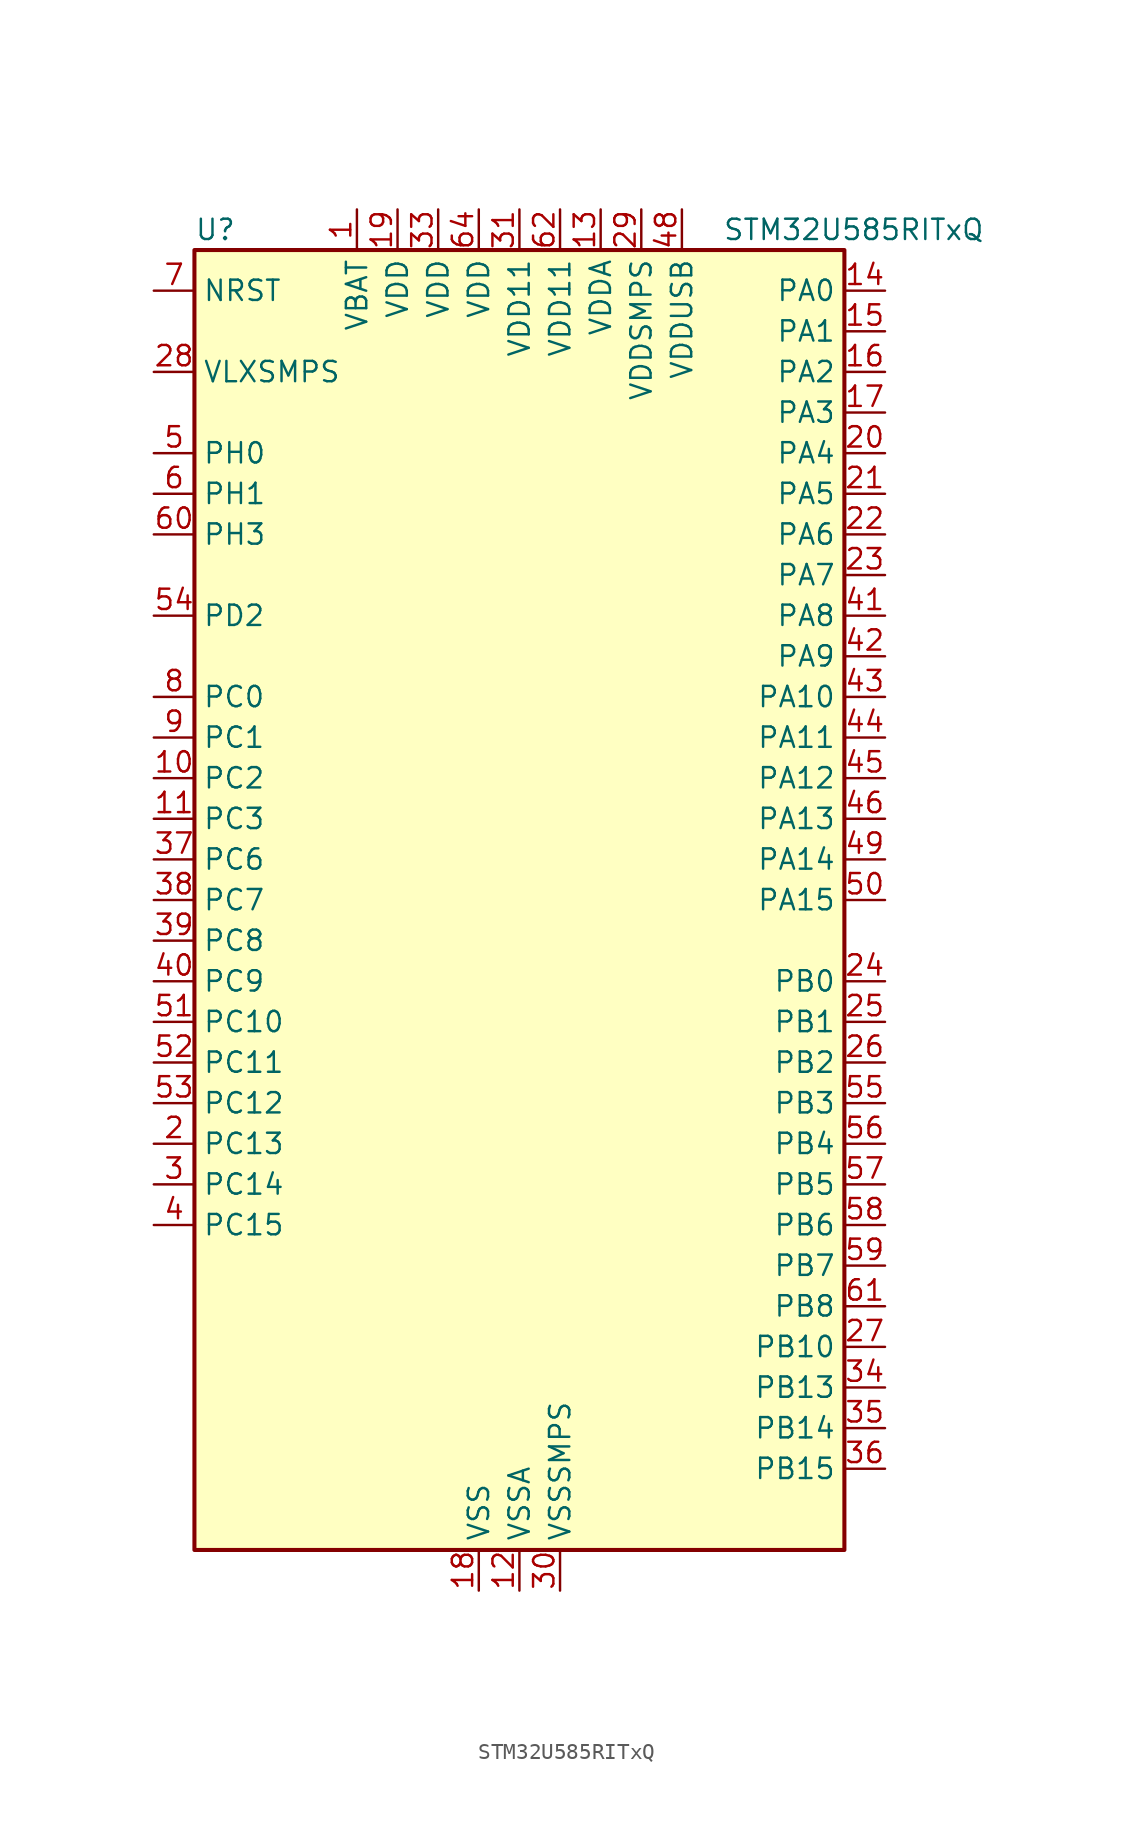
<source format=kicad_sym>
(kicad_symbol_lib
  (version 20211014)
  (generator kicad-library-utils)
  (symbol "STM32U585RITxQ"
    (property "Reference" "U"
      (at -20.32 41.91 0)
      (effects (font (size 1.27 1.27)) (justify left)))
    (property "Value" "STM32U585RITxQ"
      (at 12.7 41.91 0)
      (effects (font (size 1.27 1.27)) (justify left)))
    (property "ki_fp_filters" "LQFP*10x10mm*P0.5mm*"
      (at 0.0 0.0 0.0)
      (effects (font (size 1.27 1.27))))
    (symbol "STM32U585RITxQ_0_1"
      (rectangle (start -20.32 -40.64) (end 20.32 40.64) (stroke (width 0.254)) (fill (type background))))
    (symbol "STM32U585RITxQ_1_1"
      (pin input line (at -22.86 38.1 0) (length 2.54) (name "NRST" (effects (font (size 1.27 1.27)))) (number "7" (effects (font (size 1.27 1.27)))))
      (pin power_in line (at -22.86 33.02 0) (length 2.54) (name "VLXSMPS" (effects (font (size 1.27 1.27)))) (number "28" (effects (font (size 1.27 1.27)))))
      (pin bidirectional line (at -22.86 27.94 0) (length 2.54) (name "PH0" (effects (font (size 1.27 1.27)))) (number "5" (effects (font (size 1.27 1.27)))) (alternate "RCC_OSC_IN" bidirectional line))
      (pin bidirectional line (at -22.86 25.4 0) (length 2.54) (name "PH1" (effects (font (size 1.27 1.27)))) (number "6" (effects (font (size 1.27 1.27)))) (alternate "RCC_OSC_OUT" bidirectional line))
      (pin bidirectional line (at -22.86 22.86 0) (length 2.54) (name "PH3" (effects (font (size 1.27 1.27)))) (number "60" (effects (font (size 1.27 1.27)))))
      (pin bidirectional line (at -22.86 17.78 0) (length 2.54) (name "PD2" (effects (font (size 1.27 1.27)))) (number "54" (effects (font (size 1.27 1.27)))) (alternate "DEBUG_TRACED2" bidirectional line) (alternate "LPTIM4_ETR" bidirectional line) (alternate "SDMMC1_CMD" bidirectional line) (alternate "TIM3_ETR" bidirectional line) (alternate "TSC_SYNC" bidirectional line) (alternate "UART5_RX" bidirectional line) (alternate "USART3_DE" bidirectional line) (alternate "USART3_RTS" bidirectional line))
      (pin bidirectional line (at -22.86 12.7 0) (length 2.54) (name "PC0" (effects (font (size 1.27 1.27)))) (number "8" (effects (font (size 1.27 1.27)))) (alternate "ADC1_IN1" bidirectional line) (alternate "ADC4_IN1" bidirectional line) (alternate "I2C3_SCL" bidirectional line) (alternate "LPTIM1_IN1" bidirectional line) (alternate "LPTIM2_IN1" bidirectional line) (alternate "LPUART1_RX" bidirectional line) (alternate "MDF1_SDI4" bidirectional line) (alternate "OCTOSPIM_P1_IO7" bidirectional line) (alternate "SDMMC1_D5" bidirectional line) (alternate "SPI2_RDY" bidirectional line))
      (pin bidirectional line (at -22.86 10.16 0) (length 2.54) (name "PC1" (effects (font (size 1.27 1.27)))) (number "9" (effects (font (size 1.27 1.27)))) (alternate "ADC1_IN2" bidirectional line) (alternate "ADC4_IN2" bidirectional line) (alternate "DEBUG_TRACED0" bidirectional line) (alternate "I2C3_SDA" bidirectional line) (alternate "LPTIM1_CH1" bidirectional line) (alternate "LPUART1_TX" bidirectional line) (alternate "MDF1_CKI4" bidirectional line) (alternate "OCTOSPIM_P1_IO4" bidirectional line) (alternate "SAI1_SD_A" bidirectional line) (alternate "SDMMC2_CK" bidirectional line) (alternate "SPI2_MOSI" bidirectional line))
      (pin bidirectional line (at -22.86 7.62 0) (length 2.54) (name "PC2" (effects (font (size 1.27 1.27)))) (number "10" (effects (font (size 1.27 1.27)))) (alternate "ADC1_IN3" bidirectional line) (alternate "ADC4_IN3" bidirectional line) (alternate "LPTIM1_IN2" bidirectional line) (alternate "MDF1_CCK1" bidirectional line) (alternate "OCTOSPIM_P1_IO5" bidirectional line) (alternate "SPI2_MISO" bidirectional line))
      (pin bidirectional line (at -22.86 5.08 0) (length 2.54) (name "PC3" (effects (font (size 1.27 1.27)))) (number "11" (effects (font (size 1.27 1.27)))) (alternate "ADC1_IN4" bidirectional line) (alternate "ADC4_IN4" bidirectional line) (alternate "LPTIM1_ETR" bidirectional line) (alternate "LPTIM2_ETR" bidirectional line) (alternate "LPTIM3_CH1" bidirectional line) (alternate "OCTOSPIM_P1_IO6" bidirectional line) (alternate "SAI1_D1" bidirectional line) (alternate "SAI1_SD_A" bidirectional line) (alternate "SPI2_MOSI" bidirectional line))
      (pin bidirectional line (at -22.86 2.54 0) (length 2.54) (name "PC6" (effects (font (size 1.27 1.27)))) (number "37" (effects (font (size 1.27 1.27)))) (alternate "MDF1_CKI3" bidirectional line) (alternate "PWR_CSLEEP" bidirectional line) (alternate "SDMMC1_D0DIR" bidirectional line) (alternate "SDMMC1_D6" bidirectional line) (alternate "SDMMC2_D6" bidirectional line) (alternate "TIM3_CH1" bidirectional line) (alternate "TIM8_CH1" bidirectional line) (alternate "TSC_G4_IO1" bidirectional line))
      (pin bidirectional line (at -22.86 0.0 0) (length 2.54) (name "PC7" (effects (font (size 1.27 1.27)))) (number "38" (effects (font (size 1.27 1.27)))) (alternate "LPTIM2_CH2" bidirectional line) (alternate "MDF1_SDI3" bidirectional line) (alternate "PWR_CDSTOP" bidirectional line) (alternate "SDMMC1_D123DIR" bidirectional line) (alternate "SDMMC1_D7" bidirectional line) (alternate "SDMMC2_D7" bidirectional line) (alternate "TIM3_CH2" bidirectional line) (alternate "TIM8_CH2" bidirectional line) (alternate "TSC_G4_IO2" bidirectional line))
      (pin bidirectional line (at -22.86 -2.54 0) (length 2.54) (name "PC8" (effects (font (size 1.27 1.27)))) (number "39" (effects (font (size 1.27 1.27)))) (alternate "LPTIM3_CH1" bidirectional line) (alternate "PWR_SRDSTOP" bidirectional line) (alternate "SDMMC1_D0" bidirectional line) (alternate "TIM3_CH3" bidirectional line) (alternate "TIM8_CH3" bidirectional line) (alternate "TSC_G4_IO3" bidirectional line))
      (pin bidirectional line (at -22.86 -5.08 0) (length 2.54) (name "PC9" (effects (font (size 1.27 1.27)))) (number "40" (effects (font (size 1.27 1.27)))) (alternate "DAC1_EXTI9" bidirectional line) (alternate "DEBUG_TRACED0" bidirectional line) (alternate "LPTIM3_CH2" bidirectional line) (alternate "SDMMC1_D1" bidirectional line) (alternate "TIM3_CH4" bidirectional line) (alternate "TIM8_BKIN2" bidirectional line) (alternate "TIM8_CH4" bidirectional line) (alternate "TSC_G4_IO4" bidirectional line) (alternate "USB_OTG_FS_NOE" bidirectional line))
      (pin bidirectional line (at -22.86 -7.62 0) (length 2.54) (name "PC10" (effects (font (size 1.27 1.27)))) (number "51" (effects (font (size 1.27 1.27)))) (alternate "ADF1_CCK1" bidirectional line) (alternate "DEBUG_TRACED1" bidirectional line) (alternate "LPTIM3_ETR" bidirectional line) (alternate "SDMMC1_D2" bidirectional line) (alternate "SPI3_SCK" bidirectional line) (alternate "TSC_G3_IO2" bidirectional line) (alternate "UART4_TX" bidirectional line) (alternate "USART3_TX" bidirectional line))
      (pin bidirectional line (at -22.86 -10.16 0) (length 2.54) (name "PC11" (effects (font (size 1.27 1.27)))) (number "52" (effects (font (size 1.27 1.27)))) (alternate "ADC1_EXTI11" bidirectional line) (alternate "ADF1_SDI0" bidirectional line) (alternate "LPTIM3_IN1" bidirectional line) (alternate "OCTOSPIM_P1_NCS" bidirectional line) (alternate "SDMMC1_D3" bidirectional line) (alternate "SPI3_MISO" bidirectional line) (alternate "TSC_G3_IO3" bidirectional line) (alternate "UART4_RX" bidirectional line) (alternate "UCPD1_FRSTX2" bidirectional line) (alternate "USART3_RX" bidirectional line))
      (pin bidirectional line (at -22.86 -12.7 0) (length 2.54) (name "PC12" (effects (font (size 1.27 1.27)))) (number "53" (effects (font (size 1.27 1.27)))) (alternate "DEBUG_TRACED3" bidirectional line) (alternate "SDMMC1_CK" bidirectional line) (alternate "SPI3_MOSI" bidirectional line) (alternate "TSC_G3_IO4" bidirectional line) (alternate "UART5_TX" bidirectional line) (alternate "USART3_CK" bidirectional line))
      (pin bidirectional line (at -22.86 -15.24 0) (length 2.54) (name "PC13" (effects (font (size 1.27 1.27)))) (number "2" (effects (font (size 1.27 1.27)))) (alternate "PWR_WKUP2" bidirectional line) (alternate "RTC_OUT1" bidirectional line) (alternate "RTC_TS" bidirectional line) (alternate "TAMP_IN1" bidirectional line) (alternate "TAMP_OUT2" bidirectional line))
      (pin bidirectional line (at -22.86 -17.78 0) (length 2.54) (name "PC14" (effects (font (size 1.27 1.27)))) (number "3" (effects (font (size 1.27 1.27)))) (alternate "RCC_OSC32_IN" bidirectional line))
      (pin bidirectional line (at -22.86 -20.32 0) (length 2.54) (name "PC15" (effects (font (size 1.27 1.27)))) (number "4" (effects (font (size 1.27 1.27)))) (alternate "ADC1_EXTI15" bidirectional line) (alternate "ADC4_EXTI15" bidirectional line) (alternate "RCC_OSC32_OUT" bidirectional line))
      (pin bidirectional line (at 22.86 38.1 180) (length 2.54) (name "PA0" (effects (font (size 1.27 1.27)))) (number "14" (effects (font (size 1.27 1.27)))) (alternate "ADC1_IN5" bidirectional line) (alternate "AUDIOCLK" bidirectional line) (alternate "OCTOSPIM_P2_NCS" bidirectional line) (alternate "OPAMP1_VINP" bidirectional line) (alternate "PWR_WKUP1" bidirectional line) (alternate "SDMMC2_CMD" bidirectional line) (alternate "SPI3_RDY" bidirectional line) (alternate "TAMP_IN2" bidirectional line) (alternate "TAMP_OUT1" bidirectional line) (alternate "TIM2_CH1" bidirectional line) (alternate "TIM2_ETR" bidirectional line) (alternate "TIM5_CH1" bidirectional line) (alternate "TIM8_ETR" bidirectional line) (alternate "UART4_TX" bidirectional line) (alternate "USART2_CTS" bidirectional line))
      (pin bidirectional line (at 22.86 35.56 180) (length 2.54) (name "PA1" (effects (font (size 1.27 1.27)))) (number "15" (effects (font (size 1.27 1.27)))) (alternate "ADC1_IN6" bidirectional line) (alternate "I2C1_SMBA" bidirectional line) (alternate "LPTIM1_CH2" bidirectional line) (alternate "OCTOSPIM_P1_DQS" bidirectional line) (alternate "OPAMP1_VINM" bidirectional line) (alternate "PWR_WKUP3" bidirectional line) (alternate "SPI1_SCK" bidirectional line) (alternate "TAMP_IN5" bidirectional line) (alternate "TAMP_OUT4" bidirectional line) (alternate "TIM15_CH1N" bidirectional line) (alternate "TIM2_CH2" bidirectional line) (alternate "TIM5_CH2" bidirectional line) (alternate "UART4_RX" bidirectional line) (alternate "USART2_DE" bidirectional line) (alternate "USART2_RTS" bidirectional line))
      (pin bidirectional line (at 22.86 33.02 180) (length 2.54) (name "PA2" (effects (font (size 1.27 1.27)))) (number "16" (effects (font (size 1.27 1.27)))) (alternate "ADC1_IN7" bidirectional line) (alternate "COMP1_INP" bidirectional line) (alternate "LPUART1_TX" bidirectional line) (alternate "OCTOSPIM_P1_NCS" bidirectional line) (alternate "PWR_WKUP4" bidirectional line) (alternate "RCC_LSCO" bidirectional line) (alternate "SPI1_RDY" bidirectional line) (alternate "TIM15_CH1" bidirectional line) (alternate "TIM2_CH3" bidirectional line) (alternate "TIM5_CH3" bidirectional line) (alternate "UCPD1_FRSTX1" bidirectional line) (alternate "USART2_TX" bidirectional line))
      (pin bidirectional line (at 22.86 30.48 180) (length 2.54) (name "PA3" (effects (font (size 1.27 1.27)))) (number "17" (effects (font (size 1.27 1.27)))) (alternate "ADC1_IN8" bidirectional line) (alternate "LPUART1_RX" bidirectional line) (alternate "OCTOSPIM_P1_CLK" bidirectional line) (alternate "OPAMP1_VOUT" bidirectional line) (alternate "PWR_WKUP5" bidirectional line) (alternate "SAI1_CK1" bidirectional line) (alternate "SAI1_MCLK_A" bidirectional line) (alternate "TIM15_CH2" bidirectional line) (alternate "TIM2_CH4" bidirectional line) (alternate "TIM5_CH4" bidirectional line) (alternate "USART2_RX" bidirectional line))
      (pin bidirectional line (at 22.86 27.94 180) (length 2.54) (name "PA4" (effects (font (size 1.27 1.27)))) (number "20" (effects (font (size 1.27 1.27)))) (alternate "ADC1_IN9" bidirectional line) (alternate "ADC4_IN9" bidirectional line) (alternate "DAC1_OUT1" bidirectional line) (alternate "LPTIM2_CH1" bidirectional line) (alternate "OCTOSPIM_P1_NCS" bidirectional line) (alternate "PWR_WKUP2" bidirectional line) (alternate "SAI1_FS_B" bidirectional line) (alternate "SPI1_NSS" bidirectional line) (alternate "SPI3_NSS" bidirectional line) (alternate "USART2_CK" bidirectional line))
      (pin bidirectional line (at 22.86 25.4 180) (length 2.54) (name "PA5" (effects (font (size 1.27 1.27)))) (number "21" (effects (font (size 1.27 1.27)))) (alternate "ADC1_IN10" bidirectional line) (alternate "ADC4_IN10" bidirectional line) (alternate "DAC1_OUT2" bidirectional line) (alternate "LPTIM2_ETR" bidirectional line) (alternate "PWR_CSLEEP" bidirectional line) (alternate "PWR_WKUP6" bidirectional line) (alternate "SPI1_SCK" bidirectional line) (alternate "TIM2_CH1" bidirectional line) (alternate "TIM2_ETR" bidirectional line) (alternate "TIM8_CH1N" bidirectional line) (alternate "USART3_RX" bidirectional line))
      (pin bidirectional line (at 22.86 22.86 180) (length 2.54) (name "PA6" (effects (font (size 1.27 1.27)))) (number "22" (effects (font (size 1.27 1.27)))) (alternate "ADC1_IN11" bidirectional line) (alternate "ADC4_IN11" bidirectional line) (alternate "LPUART1_CTS" bidirectional line) (alternate "OCTOSPIM_P1_IO3" bidirectional line) (alternate "OPAMP2_VINP" bidirectional line) (alternate "PWR_CDSTOP" bidirectional line) (alternate "PWR_WKUP7" bidirectional line) (alternate "SPI1_MISO" bidirectional line) (alternate "TIM16_CH1" bidirectional line) (alternate "TIM1_BKIN" bidirectional line) (alternate "TIM3_CH1" bidirectional line) (alternate "TIM8_BKIN" bidirectional line) (alternate "USART3_CTS" bidirectional line))
      (pin bidirectional line (at 22.86 20.32 180) (length 2.54) (name "PA7" (effects (font (size 1.27 1.27)))) (number "23" (effects (font (size 1.27 1.27)))) (alternate "ADC1_IN12" bidirectional line) (alternate "ADC4_IN20" bidirectional line) (alternate "I2C3_SCL" bidirectional line) (alternate "LPTIM2_CH2" bidirectional line) (alternate "OCTOSPIM_P1_IO2" bidirectional line) (alternate "OPAMP2_VINM" bidirectional line) (alternate "PWR_SRDSTOP" bidirectional line) (alternate "PWR_WKUP8" bidirectional line) (alternate "SPI1_MOSI" bidirectional line) (alternate "TIM17_CH1" bidirectional line) (alternate "TIM1_CH1N" bidirectional line) (alternate "TIM3_CH2" bidirectional line) (alternate "TIM8_CH1N" bidirectional line) (alternate "USART3_TX" bidirectional line))
      (pin bidirectional line (at 22.86 17.78 180) (length 2.54) (name "PA8" (effects (font (size 1.27 1.27)))) (number "41" (effects (font (size 1.27 1.27)))) (alternate "DEBUG_TRACECLK" bidirectional line) (alternate "LPTIM2_CH1" bidirectional line) (alternate "RCC_MCO" bidirectional line) (alternate "SAI1_CK2" bidirectional line) (alternate "SAI1_SCK_A" bidirectional line) (alternate "SPI1_RDY" bidirectional line) (alternate "TIM1_CH1" bidirectional line) (alternate "USART1_CK" bidirectional line) (alternate "USB_OTG_FS_SOF" bidirectional line))
      (pin bidirectional line (at 22.86 15.24 180) (length 2.54) (name "PA9" (effects (font (size 1.27 1.27)))) (number "42" (effects (font (size 1.27 1.27)))) (alternate "DAC1_EXTI9" bidirectional line) (alternate "SAI1_FS_A" bidirectional line) (alternate "SPI2_SCK" bidirectional line) (alternate "TIM15_BKIN" bidirectional line) (alternate "TIM1_CH2" bidirectional line) (alternate "USART1_TX" bidirectional line) (alternate "USB_OTG_FS_VBUS" bidirectional line))
      (pin bidirectional line (at 22.86 12.7 180) (length 2.54) (name "PA10" (effects (font (size 1.27 1.27)))) (number "43" (effects (font (size 1.27 1.27)))) (alternate "CRS_SYNC" bidirectional line) (alternate "LPTIM2_IN2" bidirectional line) (alternate "SAI1_D1" bidirectional line) (alternate "SAI1_SD_A" bidirectional line) (alternate "TIM17_BKIN" bidirectional line) (alternate "TIM1_CH3" bidirectional line) (alternate "USART1_RX" bidirectional line) (alternate "USB_OTG_FS_ID" bidirectional line))
      (pin bidirectional line (at 22.86 10.16 180) (length 2.54) (name "PA11" (effects (font (size 1.27 1.27)))) (number "44" (effects (font (size 1.27 1.27)))) (alternate "ADC1_EXTI11" bidirectional line) (alternate "FDCAN1_RX" bidirectional line) (alternate "SPI1_MISO" bidirectional line) (alternate "TIM1_BKIN2" bidirectional line) (alternate "TIM1_CH4" bidirectional line) (alternate "USART1_CTS" bidirectional line) (alternate "USB_OTG_FS_DM" bidirectional line))
      (pin bidirectional line (at 22.86 7.62 180) (length 2.54) (name "PA12" (effects (font (size 1.27 1.27)))) (number "45" (effects (font (size 1.27 1.27)))) (alternate "FDCAN1_TX" bidirectional line) (alternate "OCTOSPIM_P2_NCS" bidirectional line) (alternate "SPI1_MOSI" bidirectional line) (alternate "TIM1_ETR" bidirectional line) (alternate "USART1_DE" bidirectional line) (alternate "USART1_RTS" bidirectional line) (alternate "USB_OTG_FS_DP" bidirectional line))
      (pin bidirectional line (at 22.86 5.08 180) (length 2.54) (name "PA13" (effects (font (size 1.27 1.27)))) (number "46" (effects (font (size 1.27 1.27)))) (alternate "DEBUG_JTMS-SWDIO" bidirectional line) (alternate "IR_OUT" bidirectional line) (alternate "SAI1_SD_B" bidirectional line) (alternate "USB_OTG_FS_NOE" bidirectional line))
      (pin bidirectional line (at 22.86 2.54 180) (length 2.54) (name "PA14" (effects (font (size 1.27 1.27)))) (number "49" (effects (font (size 1.27 1.27)))) (alternate "DEBUG_JTCK-SWCLK" bidirectional line) (alternate "I2C1_SMBA" bidirectional line) (alternate "I2C4_SMBA" bidirectional line) (alternate "LPTIM1_CH1" bidirectional line) (alternate "SAI1_FS_B" bidirectional line) (alternate "USB_OTG_FS_SOF" bidirectional line))
      (pin bidirectional line (at 22.86 0.0 180) (length 2.54) (name "PA15" (effects (font (size 1.27 1.27)))) (number "50" (effects (font (size 1.27 1.27)))) (alternate "ADC1_EXTI15" bidirectional line) (alternate "ADC4_EXTI15" bidirectional line) (alternate "DEBUG_JTDI" bidirectional line) (alternate "SPI1_NSS" bidirectional line) (alternate "SPI3_NSS" bidirectional line) (alternate "TIM2_CH1" bidirectional line) (alternate "TIM2_ETR" bidirectional line) (alternate "UART4_DE" bidirectional line) (alternate "UART4_RTS" bidirectional line) (alternate "UCPD1_CC1" bidirectional line) (alternate "USART2_RX" bidirectional line) (alternate "USART3_DE" bidirectional line) (alternate "USART3_RTS" bidirectional line))
      (pin bidirectional line (at 22.86 -5.08 180) (length 2.54) (name "PB0" (effects (font (size 1.27 1.27)))) (number "24" (effects (font (size 1.27 1.27)))) (alternate "ADC1_IN15" bidirectional line) (alternate "ADC4_IN18" bidirectional line) (alternate "AUDIOCLK" bidirectional line) (alternate "COMP1_OUT" bidirectional line) (alternate "LPTIM3_CH1" bidirectional line) (alternate "OCTOSPIM_P1_IO1" bidirectional line) (alternate "OPAMP2_VOUT" bidirectional line) (alternate "SPI1_NSS" bidirectional line) (alternate "TIM1_CH2N" bidirectional line) (alternate "TIM3_CH3" bidirectional line) (alternate "TIM8_CH2N" bidirectional line) (alternate "USART3_CK" bidirectional line))
      (pin bidirectional line (at 22.86 -7.62 180) (length 2.54) (name "PB1" (effects (font (size 1.27 1.27)))) (number "25" (effects (font (size 1.27 1.27)))) (alternate "ADC1_IN16" bidirectional line) (alternate "ADC4_IN19" bidirectional line) (alternate "COMP1_INM" bidirectional line) (alternate "LPTIM2_IN1" bidirectional line) (alternate "LPTIM3_CH2" bidirectional line) (alternate "LPUART1_DE" bidirectional line) (alternate "LPUART1_RTS" bidirectional line) (alternate "MDF1_SDI0" bidirectional line) (alternate "OCTOSPIM_P1_IO0" bidirectional line) (alternate "PWR_WKUP4" bidirectional line) (alternate "TIM1_CH3N" bidirectional line) (alternate "TIM3_CH4" bidirectional line) (alternate "TIM8_CH3N" bidirectional line) (alternate "USART3_DE" bidirectional line) (alternate "USART3_RTS" bidirectional line))
      (pin bidirectional line (at 22.86 -10.16 180) (length 2.54) (name "PB2" (effects (font (size 1.27 1.27)))) (number "26" (effects (font (size 1.27 1.27)))) (alternate "ADC1_IN17" bidirectional line) (alternate "COMP1_INP" bidirectional line) (alternate "I2C3_SMBA" bidirectional line) (alternate "LPTIM1_CH1" bidirectional line) (alternate "MDF1_CKI0" bidirectional line) (alternate "OCTOSPIM_P1_DQS" bidirectional line) (alternate "PWR_WKUP1" bidirectional line) (alternate "RTC_OUT2" bidirectional line) (alternate "SPI1_RDY" bidirectional line) (alternate "TIM8_CH4N" bidirectional line) (alternate "UCPD1_FRSTX1" bidirectional line))
      (pin bidirectional line (at 22.86 -12.7 180) (length 2.54) (name "PB3" (effects (font (size 1.27 1.27)))) (number "55" (effects (font (size 1.27 1.27)))) (alternate "ADF1_CCK0" bidirectional line) (alternate "COMP2_INM" bidirectional line) (alternate "CRS_SYNC" bidirectional line) (alternate "DEBUG_JTDO-SWO" bidirectional line) (alternate "I2C1_SDA" bidirectional line) (alternate "LPTIM1_CH1" bidirectional line) (alternate "SAI1_SCK_B" bidirectional line) (alternate "SDMMC2_D2" bidirectional line) (alternate "SPI1_SCK" bidirectional line) (alternate "SPI3_SCK" bidirectional line) (alternate "TIM2_CH2" bidirectional line) (alternate "USART1_DE" bidirectional line) (alternate "USART1_RTS" bidirectional line))
      (pin bidirectional line (at 22.86 -15.24 180) (length 2.54) (name "PB4" (effects (font (size 1.27 1.27)))) (number "56" (effects (font (size 1.27 1.27)))) (alternate "ADF1_SDI0" bidirectional line) (alternate "COMP2_INP" bidirectional line) (alternate "DEBUG_JTRST" bidirectional line) (alternate "I2C3_SDA" bidirectional line) (alternate "LPTIM1_CH2" bidirectional line) (alternate "SAI1_MCLK_B" bidirectional line) (alternate "SDMMC2_D3" bidirectional line) (alternate "SPI1_MISO" bidirectional line) (alternate "SPI3_MISO" bidirectional line) (alternate "TIM17_BKIN" bidirectional line) (alternate "TIM3_CH1" bidirectional line) (alternate "TSC_G2_IO1" bidirectional line) (alternate "UART5_DE" bidirectional line) (alternate "UART5_RTS" bidirectional line) (alternate "USART1_CTS" bidirectional line))
      (pin bidirectional line (at 22.86 -17.78 180) (length 2.54) (name "PB5" (effects (font (size 1.27 1.27)))) (number "57" (effects (font (size 1.27 1.27)))) (alternate "COMP2_OUT" bidirectional line) (alternate "I2C1_SMBA" bidirectional line) (alternate "LPTIM1_IN1" bidirectional line) (alternate "OCTOSPIM_P1_NCLK" bidirectional line) (alternate "PWR_WKUP6" bidirectional line) (alternate "SAI1_SD_B" bidirectional line) (alternate "SPI1_MOSI" bidirectional line) (alternate "SPI3_MOSI" bidirectional line) (alternate "TIM16_BKIN" bidirectional line) (alternate "TIM3_CH2" bidirectional line) (alternate "TSC_G2_IO2" bidirectional line) (alternate "UART5_CTS" bidirectional line) (alternate "UCPD1_DBCC1" bidirectional line) (alternate "USART1_CK" bidirectional line))
      (pin bidirectional line (at 22.86 -20.32 180) (length 2.54) (name "PB6" (effects (font (size 1.27 1.27)))) (number "58" (effects (font (size 1.27 1.27)))) (alternate "COMP2_INP" bidirectional line) (alternate "I2C1_SCL" bidirectional line) (alternate "I2C4_SCL" bidirectional line) (alternate "LPTIM1_ETR" bidirectional line) (alternate "MDF1_SDI5" bidirectional line) (alternate "PWR_WKUP3" bidirectional line) (alternate "SAI1_FS_B" bidirectional line) (alternate "TIM16_CH1N" bidirectional line) (alternate "TIM4_CH1" bidirectional line) (alternate "TIM8_BKIN2" bidirectional line) (alternate "TSC_G2_IO3" bidirectional line) (alternate "USART1_TX" bidirectional line))
      (pin bidirectional line (at 22.86 -22.86 180) (length 2.54) (name "PB7" (effects (font (size 1.27 1.27)))) (number "59" (effects (font (size 1.27 1.27)))) (alternate "COMP2_INM" bidirectional line) (alternate "I2C1_SDA" bidirectional line) (alternate "I2C4_SDA" bidirectional line) (alternate "LPTIM1_IN2" bidirectional line) (alternate "MDF1_CKI5" bidirectional line) (alternate "PWR_PVD_IN" bidirectional line) (alternate "PWR_WKUP4" bidirectional line) (alternate "TIM17_CH1N" bidirectional line) (alternate "TIM4_CH2" bidirectional line) (alternate "TIM8_BKIN" bidirectional line) (alternate "TSC_G2_IO4" bidirectional line) (alternate "UART4_CTS" bidirectional line) (alternate "USART1_RX" bidirectional line))
      (pin bidirectional line (at 22.86 -25.4 180) (length 2.54) (name "PB8" (effects (font (size 1.27 1.27)))) (number "61" (effects (font (size 1.27 1.27)))) (alternate "FDCAN1_RX" bidirectional line) (alternate "I2C1_SCL" bidirectional line) (alternate "MDF1_CCK0" bidirectional line) (alternate "PWR_WKUP5" bidirectional line) (alternate "SAI1_CK1" bidirectional line) (alternate "SAI1_MCLK_A" bidirectional line) (alternate "SDMMC1_CKIN" bidirectional line) (alternate "SDMMC1_D4" bidirectional line) (alternate "SDMMC2_D4" bidirectional line) (alternate "SPI3_RDY" bidirectional line) (alternate "TIM16_CH1" bidirectional line) (alternate "TIM4_CH3" bidirectional line))
      (pin bidirectional line (at 22.86 -27.94 180) (length 2.54) (name "PB10" (effects (font (size 1.27 1.27)))) (number "27" (effects (font (size 1.27 1.27)))) (alternate "COMP1_OUT" bidirectional line) (alternate "I2C2_SCL" bidirectional line) (alternate "I2C4_SCL" bidirectional line) (alternate "LPTIM3_CH1" bidirectional line) (alternate "LPUART1_RX" bidirectional line) (alternate "OCTOSPIM_P1_CLK" bidirectional line) (alternate "PWR_WKUP8" bidirectional line) (alternate "SAI1_SCK_A" bidirectional line) (alternate "SPI2_SCK" bidirectional line) (alternate "TIM2_CH3" bidirectional line) (alternate "TSC_SYNC" bidirectional line) (alternate "USART3_TX" bidirectional line))
      (pin bidirectional line (at 22.86 -30.48 180) (length 2.54) (name "PB13" (effects (font (size 1.27 1.27)))) (number "34" (effects (font (size 1.27 1.27)))) (alternate "I2C2_SCL" bidirectional line) (alternate "LPTIM3_IN1" bidirectional line) (alternate "LPUART1_CTS" bidirectional line) (alternate "MDF1_CKI1" bidirectional line) (alternate "SPI2_SCK" bidirectional line) (alternate "TIM15_CH1N" bidirectional line) (alternate "TIM1_CH1N" bidirectional line) (alternate "TSC_G1_IO2" bidirectional line) (alternate "USART3_CTS" bidirectional line))
      (pin bidirectional line (at 22.86 -33.02 180) (length 2.54) (name "PB14" (effects (font (size 1.27 1.27)))) (number "35" (effects (font (size 1.27 1.27)))) (alternate "I2C2_SDA" bidirectional line) (alternate "LPTIM3_ETR" bidirectional line) (alternate "MDF1_SDI2" bidirectional line) (alternate "SDMMC2_D0" bidirectional line) (alternate "SPI2_MISO" bidirectional line) (alternate "TIM15_CH1" bidirectional line) (alternate "TIM1_CH2N" bidirectional line) (alternate "TIM8_CH2N" bidirectional line) (alternate "TSC_G1_IO3" bidirectional line) (alternate "UCPD1_DBCC2" bidirectional line) (alternate "USART3_DE" bidirectional line) (alternate "USART3_RTS" bidirectional line))
      (pin bidirectional line (at 22.86 -35.56 180) (length 2.54) (name "PB15" (effects (font (size 1.27 1.27)))) (number "36" (effects (font (size 1.27 1.27)))) (alternate "ADC1_EXTI15" bidirectional line) (alternate "ADC4_EXTI15" bidirectional line) (alternate "LPTIM2_IN2" bidirectional line) (alternate "MDF1_CKI2" bidirectional line) (alternate "PWR_WKUP7" bidirectional line) (alternate "RTC_REFIN" bidirectional line) (alternate "SDMMC2_D1" bidirectional line) (alternate "SPI2_MOSI" bidirectional line) (alternate "TIM15_CH2" bidirectional line) (alternate "TIM1_CH3N" bidirectional line) (alternate "TIM8_CH3N" bidirectional line) (alternate "UCPD1_CC2" bidirectional line))
      (pin power_in line (at -10.16 43.18 270) (length 2.54) (name "VBAT" (effects (font (size 1.27 1.27)))) (number "1" (effects (font (size 1.27 1.27)))))
      (pin power_in line (at -7.62 43.18 270) (length 2.54) (name "VDD" (effects (font (size 1.27 1.27)))) (number "19" (effects (font (size 1.27 1.27)))))
      (pin power_in line (at -5.08 43.18 270) (length 2.54) (name "VDD" (effects (font (size 1.27 1.27)))) (number "33" (effects (font (size 1.27 1.27)))))
      (pin power_in line (at -2.54 43.18 270) (length 2.54) (name "VDD" (effects (font (size 1.27 1.27)))) (number "64" (effects (font (size 1.27 1.27)))))
      (pin power_in line (at 0.0 43.18 270) (length 2.54) (name "VDD11" (effects (font (size 1.27 1.27)))) (number "31" (effects (font (size 1.27 1.27)))))
      (pin power_in line (at 2.54 43.18 270) (length 2.54) (name "VDD11" (effects (font (size 1.27 1.27)))) (number "62" (effects (font (size 1.27 1.27)))))
      (pin power_in line (at 5.08 43.18 270) (length 2.54) (name "VDDA" (effects (font (size 1.27 1.27)))) (number "13" (effects (font (size 1.27 1.27)))))
      (pin power_in line (at 7.62 43.18 270) (length 2.54) (name "VDDSMPS" (effects (font (size 1.27 1.27)))) (number "29" (effects (font (size 1.27 1.27)))))
      (pin power_in line (at 10.16 43.18 270) (length 2.54) (name "VDDUSB" (effects (font (size 1.27 1.27)))) (number "48" (effects (font (size 1.27 1.27)))))
      (pin power_in line (at -2.54 -43.18 90) (length 2.54) (name "VSS" (effects (font (size 1.27 1.27)))) (number "18" (effects (font (size 1.27 1.27)))))
      (pin passive line (at -2.54 -43.18 90) (length 2.54) hide (name "VSS" (effects (font (size 1.27 1.27)))) (number "32" (effects (font (size 1.27 1.27)))))
      (pin passive line (at -2.54 -43.18 90) (length 2.54) hide (name "VSS" (effects (font (size 1.27 1.27)))) (number "47" (effects (font (size 1.27 1.27)))))
      (pin passive line (at -2.54 -43.18 90) (length 2.54) hide (name "VSS" (effects (font (size 1.27 1.27)))) (number "63" (effects (font (size 1.27 1.27)))))
      (pin power_in line (at 0.0 -43.18 90) (length 2.54) (name "VSSA" (effects (font (size 1.27 1.27)))) (number "12" (effects (font (size 1.27 1.27)))))
      (pin power_in line (at 2.54 -43.18 90) (length 2.54) (name "VSSSMPS" (effects (font (size 1.27 1.27)))) (number "30" (effects (font (size 1.27 1.27))))))))
</source>
